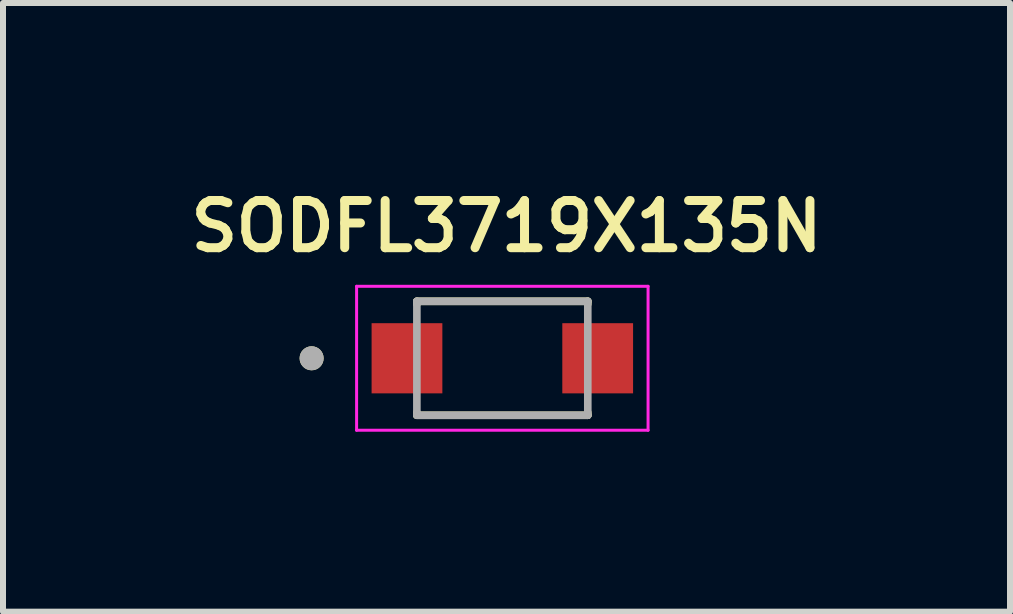
<source format=kicad_pcb>
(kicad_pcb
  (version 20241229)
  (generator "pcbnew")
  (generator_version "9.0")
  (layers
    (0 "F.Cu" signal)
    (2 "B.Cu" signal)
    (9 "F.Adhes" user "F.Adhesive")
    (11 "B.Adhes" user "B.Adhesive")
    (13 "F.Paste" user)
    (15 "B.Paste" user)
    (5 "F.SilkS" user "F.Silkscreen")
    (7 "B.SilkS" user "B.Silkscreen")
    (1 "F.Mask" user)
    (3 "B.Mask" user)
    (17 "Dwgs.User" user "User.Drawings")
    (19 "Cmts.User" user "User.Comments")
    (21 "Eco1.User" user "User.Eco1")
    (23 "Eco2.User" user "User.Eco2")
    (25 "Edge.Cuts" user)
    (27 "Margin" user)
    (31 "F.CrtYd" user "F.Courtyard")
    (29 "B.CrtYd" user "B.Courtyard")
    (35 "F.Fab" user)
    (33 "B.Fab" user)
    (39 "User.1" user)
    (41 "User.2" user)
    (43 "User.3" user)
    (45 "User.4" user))
  (footprint "SODFL3719X135N"
    (layer "F.Cu")
    (at 5.326 2.924)
    (property "Reference" "SODFL3719X135N" (at 0.07 -2.2 0) (layer "F.SilkS") (effects (font (size 0.787 0.787) (thickness 0.15))))
    (attr smd)
    (fp_line (start -1.425 -0.95) (end -1.425 -0.905) (stroke (width 0.127) (type solid)) (layer "F.SilkS"))
    (fp_line (start -1.425 0.95) (end -1.425 0.905) (stroke (width 0.127) (type solid)) (layer "F.SilkS"))
    (fp_line (start -1.425 0.95) (end 1.425 0.95) (stroke (width 0.127) (type solid)) (layer "F.SilkS"))
    (fp_line (start 1.425 -0.95) (end -1.425 -0.95) (stroke (width 0.127) (type solid)) (layer "F.SilkS"))
    (fp_line (start 1.425 -0.905) (end 1.425 -0.95) (stroke (width 0.127) (type solid)) (layer "F.SilkS"))
    (fp_line (start 1.425 0.95) (end 1.425 0.905) (stroke (width 0.127) (type solid)) (layer "F.SilkS"))
    (fp_circle (center -3.18 0) (end -3.08 0) (stroke (width 0.2) (type solid)) (fill no) (layer "F.SilkS"))
    (fp_line (start -2.43 -1.2) (end -2.43 1.2) (stroke (width 0.05) (type solid)) (layer "F.CrtYd"))
    (fp_line (start -2.43 1.2) (end 2.43 1.2) (stroke (width 0.05) (type solid)) (layer "F.CrtYd"))
    (fp_line (start 2.43 -1.2) (end -2.43 -1.2) (stroke (width 0.05) (type solid)) (layer "F.CrtYd"))
    (fp_line (start 2.43 1.2) (end 2.43 -1.2) (stroke (width 0.05) (type solid)) (layer "F.CrtYd"))
    (fp_line (start -1.425 -0.95) (end -1.425 0.95) (stroke (width 0.127) (type solid)) (layer "F.Fab"))
    (fp_line (start -1.425 0.95) (end 1.425 0.95) (stroke (width 0.127) (type solid)) (layer "F.Fab"))
    (fp_line (start 1.425 -0.95) (end -1.425 -0.95) (stroke (width 0.127) (type solid)) (layer "F.Fab"))
    (fp_line (start 1.425 0.95) (end 1.425 -0.95) (stroke (width 0.127) (type solid)) (layer "F.Fab"))
    (fp_circle (center -3.18 0) (end -3.08 0) (stroke (width 0.2) (type solid)) (fill no) (layer "F.Fab"))
    (pad "1" smd rect (at -1.59 0) (size 1.18 1.17) (layers "F.Cu" "F.Mask" "F.Paste"))
    (pad "2" smd rect (at 1.59 0) (size 1.18 1.17) (layers "F.Cu" "F.Mask" "F.Paste")))
  (gr_rect
    (start -3 -3)
    (end 13.791 7.149)
    (stroke (width 0.1) (type default))
    (fill no)
    (layer "Edge.Cuts")))
</source>
